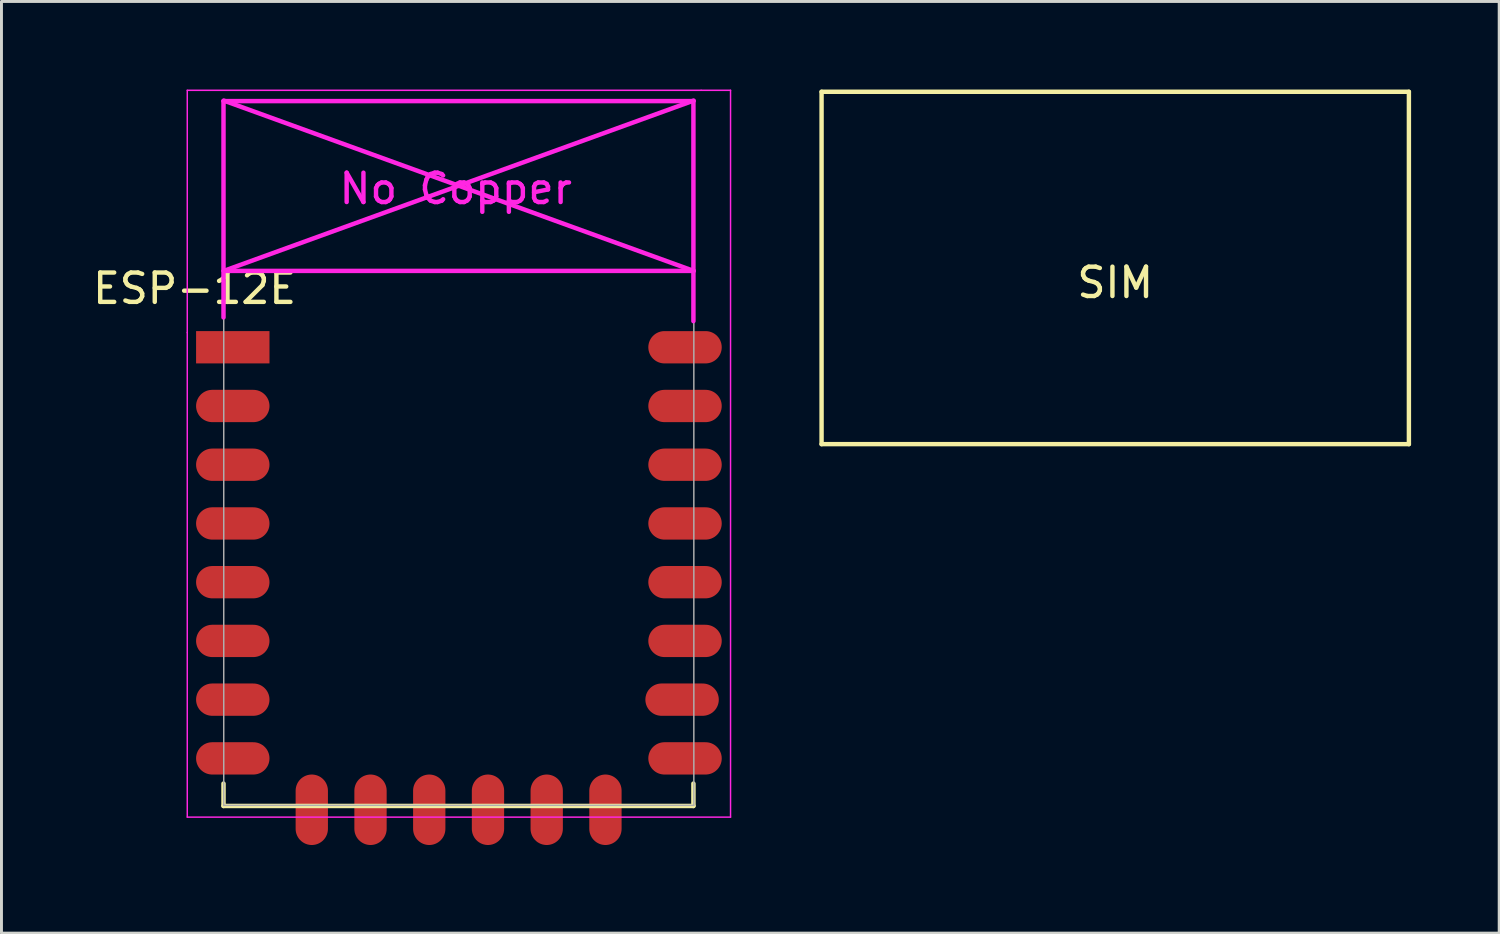
<source format=kicad_pcb>
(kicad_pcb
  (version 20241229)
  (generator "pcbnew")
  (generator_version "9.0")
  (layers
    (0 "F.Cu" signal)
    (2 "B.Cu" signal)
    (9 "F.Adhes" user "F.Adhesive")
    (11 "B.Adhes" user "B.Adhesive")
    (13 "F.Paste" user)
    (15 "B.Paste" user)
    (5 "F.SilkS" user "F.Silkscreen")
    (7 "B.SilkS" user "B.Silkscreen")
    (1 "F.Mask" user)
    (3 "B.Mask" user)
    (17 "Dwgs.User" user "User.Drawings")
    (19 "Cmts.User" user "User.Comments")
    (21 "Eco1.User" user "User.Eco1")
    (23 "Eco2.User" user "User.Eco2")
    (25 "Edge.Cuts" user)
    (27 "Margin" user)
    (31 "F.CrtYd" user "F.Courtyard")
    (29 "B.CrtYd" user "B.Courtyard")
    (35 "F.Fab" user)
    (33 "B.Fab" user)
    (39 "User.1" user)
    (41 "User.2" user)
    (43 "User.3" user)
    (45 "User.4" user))
  (footprint "SIM"
    (layer "F.Cu")
    (at 34.927 6.075)
    (property "Reference" "SIM" (at 0 0.5 0) (layer "F.SilkS") (effects (font (size 1 1) (thickness 0.15))))
    (attr through_hole)
    (fp_line (start -10 -6) (end -10 6) (stroke (width 0.15) (type solid)) (layer "F.SilkS"))
    (fp_line (start -10 6) (end 10 6) (stroke (width 0.15) (type solid)) (layer "F.SilkS"))
    (fp_line (start 10 -6) (end -10 -6) (stroke (width 0.15) (type solid)) (layer "F.SilkS"))
    (fp_line (start 10 6) (end 10 -6) (stroke (width 0.15) (type solid)) (layer "F.SilkS")))
  (footprint "ESP-12E"
    (layer "F.Cu")
    (at 5.577 8.775)
    (property "Reference" "ESP-12E" (at -2 -2 0) (layer "F.SilkS") (effects (font (size 1 1) (thickness 0.15))))
    (attr through_hole)
    (fp_line (start -1.016 14.859) (end -1.016 15.621) (stroke (width 0.152) (type solid)) (layer "F.SilkS"))
    (fp_line (start -1.016 15.621) (end 14.986 15.621) (stroke (width 0.152) (type solid)) (layer "F.SilkS"))
    (fp_line (start 14.986 15.621) (end 14.986 14.859) (stroke (width 0.152) (type solid)) (layer "F.SilkS"))
    (fp_line (start -2.25 -8.75) (end 15.25 -8.75) (stroke (width 0.05) (type solid)) (layer "F.CrtYd"))
    (fp_line (start -2.25 -0.5) (end -2.25 -8.75) (stroke (width 0.05) (type solid)) (layer "F.CrtYd"))
    (fp_line (start -2.25 16) (end -2.25 -0.5) (stroke (width 0.05) (type solid)) (layer "F.CrtYd"))
    (fp_line (start -1.016 -8.382) (end -1.016 -1.016) (stroke (width 0.152) (type solid)) (layer "F.CrtYd"))
    (fp_line (start -1.016 -8.382) (end 14.986 -8.382) (stroke (width 0.152) (type solid)) (layer "F.CrtYd"))
    (fp_line (start -1.008 -8.4) (end 14.992 -2.6) (stroke (width 0.152) (type solid)) (layer "F.CrtYd"))
    (fp_line (start -1.008 -2.6) (end 14.992 -2.6) (stroke (width 0.152) (type solid)) (layer "F.CrtYd"))
    (fp_line (start 14.986 -8.382) (end 14.986 -0.889) (stroke (width 0.152) (type solid)) (layer "F.CrtYd"))
    (fp_line (start 14.992 -8.4) (end -1.008 -2.6) (stroke (width 0.152) (type solid)) (layer "F.CrtYd"))
    (fp_line (start 15.25 -8.75) (end 16.25 -8.75) (stroke (width 0.05) (type solid)) (layer "F.CrtYd"))
    (fp_line (start 16.25 -8.75) (end 16.25 16) (stroke (width 0.05) (type solid)) (layer "F.CrtYd"))
    (fp_line (start 16.25 16) (end -2.25 16) (stroke (width 0.05) (type solid)) (layer "F.CrtYd"))
    (fp_line (start -1.008 -8.4) (end 14.992 -8.4) (stroke (width 0.05) (type solid)) (layer "F.Fab"))
    (fp_line (start -1.008 15.6) (end -1.008 -8.4) (stroke (width 0.05) (type solid)) (layer "F.Fab"))
    (fp_line (start 14.992 15.6) (end -1.008 15.6) (stroke (width 0.05) (type solid)) (layer "F.Fab"))
    (fp_line (start 15 -8.4) (end 15 15.6) (stroke (width 0.05) (type solid)) (layer "F.Fab"))
    (fp_text user "No Copper" (at 6.892 -5.4 0) (layer "F.CrtYd") (effects (font (size 1 1) (thickness 0.15))))
    (pad "1" smd rect (at 0 0) (size 2.5 1.1) (drill (offset -0.7 0)) (layers "F.Cu" "F.Mask" "F.Paste"))
    (pad "2" smd oval (at 0 2) (size 2.5 1.1) (drill (offset -0.7 0)) (layers "F.Cu" "F.Mask" "F.Paste"))
    (pad "3" smd oval (at 0 4) (size 2.5 1.1) (drill (offset -0.7 0)) (layers "F.Cu" "F.Mask" "F.Paste"))
    (pad "4" smd oval (at 0 6) (size 2.5 1.1) (drill (offset -0.7 0)) (layers "F.Cu" "F.Mask" "F.Paste"))
    (pad "5" smd oval (at 0 8) (size 2.5 1.1) (drill (offset -0.7 0)) (layers "F.Cu" "F.Mask" "F.Paste"))
    (pad "6" smd oval (at 0 10) (size 2.5 1.1) (drill (offset -0.7 0)) (layers "F.Cu" "F.Mask" "F.Paste"))
    (pad "7" smd oval (at 0 12) (size 2.5 1.1) (drill (offset -0.7 0)) (layers "F.Cu" "F.Mask" "F.Paste"))
    (pad "8" smd oval (at 0 14) (size 2.5 1.1) (drill (offset -0.7 0)) (layers "F.Cu" "F.Mask" "F.Paste"))
    (pad "9" smd oval (at 14 14) (size 2.5 1.1) (drill (offset 0.7 0)) (layers "F.Cu" "F.Mask" "F.Paste"))
    (pad "10" smd oval (at 14 12) (size 2.5 1.1) (drill (offset 0.6 0)) (layers "F.Cu" "F.Mask" "F.Paste"))
    (pad "11" smd oval (at 14 10) (size 2.5 1.1) (drill (offset 0.7 0)) (layers "F.Cu" "F.Mask" "F.Paste"))
    (pad "12" smd oval (at 14 8) (size 2.5 1.1) (drill (offset 0.7 0)) (layers "F.Cu" "F.Mask" "F.Paste"))
    (pad "13" smd oval (at 14 6) (size 2.5 1.1) (drill (offset 0.7 0)) (layers "F.Cu" "F.Mask" "F.Paste"))
    (pad "14" smd oval (at 14 4) (size 2.5 1.1) (drill (offset 0.7 0)) (layers "F.Cu" "F.Mask" "F.Paste"))
    (pad "15" smd oval (at 14 2) (size 2.5 1.1) (drill (offset 0.7 0)) (layers "F.Cu" "F.Mask" "F.Paste"))
    (pad "16" smd oval (at 14 0) (size 2.5 1.1) (drill (offset 0.7 0)) (layers "F.Cu" "F.Mask" "F.Paste"))
    (pad "17" smd oval (at 1.99 15.75 90) (size 2.4 1.1) (layers "F.Cu" "F.Mask" "F.Paste"))
    (pad "18" smd oval (at 3.99 15.75 90) (size 2.4 1.1) (layers "F.Cu" "F.Mask" "F.Paste"))
    (pad "19" smd oval (at 5.99 15.75 90) (size 2.4 1.1) (layers "F.Cu" "F.Mask" "F.Paste"))
    (pad "20" smd oval (at 7.99 15.75 90) (size 2.4 1.1) (layers "F.Cu" "F.Mask" "F.Paste"))
    (pad "21" smd oval (at 9.99 15.75 90) (size 2.4 1.1) (layers "F.Cu" "F.Mask" "F.Paste"))
    (pad "22" smd oval (at 11.99 15.75 90) (size 2.4 1.1) (layers "F.Cu" "F.Mask" "F.Paste")))
  (gr_rect
    (start -3 -3)
    (end 48.002 28.725)
    (stroke (width 0.1) (type default))
    (fill no)
    (layer "Edge.Cuts")))
</source>
